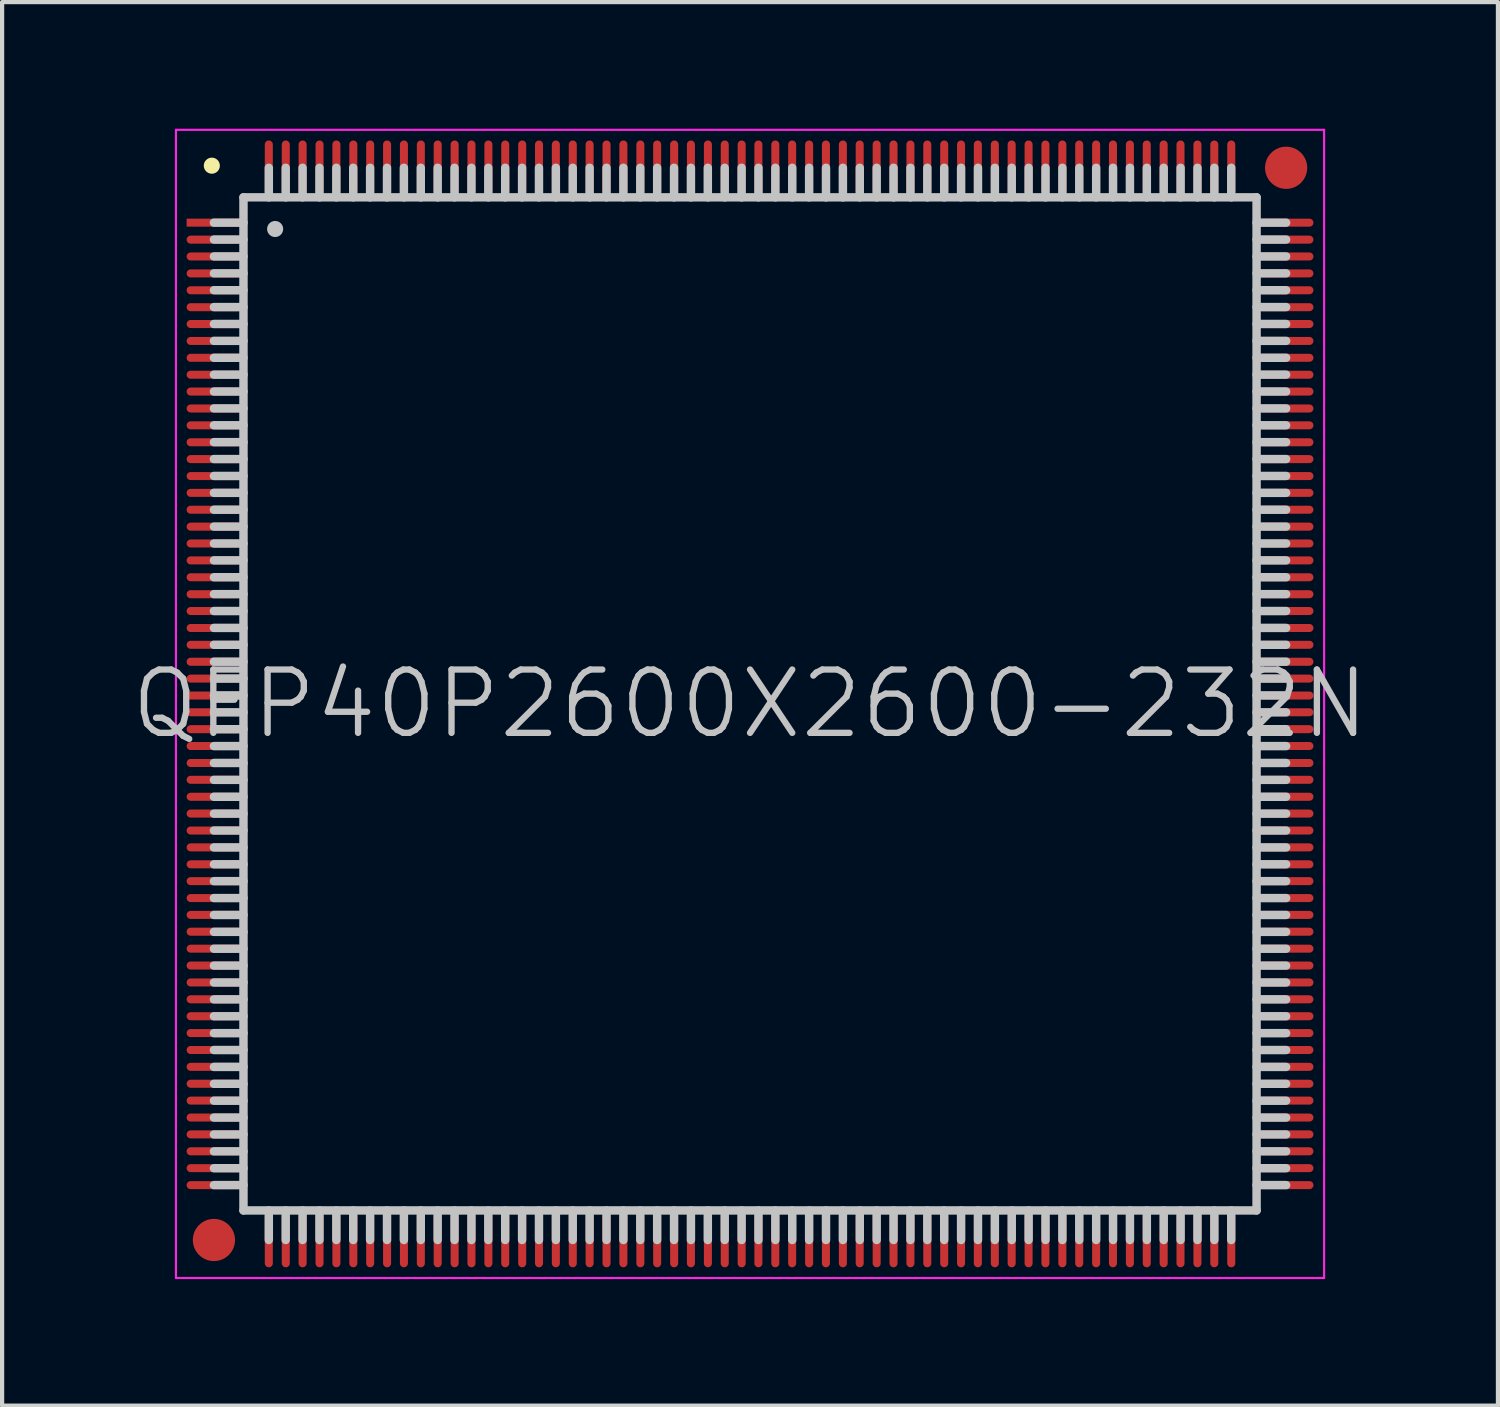
<source format=kicad_pcb>
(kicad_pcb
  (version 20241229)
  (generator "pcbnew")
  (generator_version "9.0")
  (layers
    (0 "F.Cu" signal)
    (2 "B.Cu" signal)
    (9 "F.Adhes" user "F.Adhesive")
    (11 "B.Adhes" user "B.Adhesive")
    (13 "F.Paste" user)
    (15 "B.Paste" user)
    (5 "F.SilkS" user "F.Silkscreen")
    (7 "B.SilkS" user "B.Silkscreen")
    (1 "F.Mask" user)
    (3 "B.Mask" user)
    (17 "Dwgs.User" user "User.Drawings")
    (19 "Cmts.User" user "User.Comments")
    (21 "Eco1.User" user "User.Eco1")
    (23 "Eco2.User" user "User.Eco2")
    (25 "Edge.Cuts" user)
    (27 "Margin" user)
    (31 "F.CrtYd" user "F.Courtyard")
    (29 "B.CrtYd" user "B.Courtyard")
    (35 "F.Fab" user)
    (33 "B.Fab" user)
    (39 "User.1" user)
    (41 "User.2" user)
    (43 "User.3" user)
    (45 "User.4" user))
  (footprint "QFP40P2600X2600-232N"
    (layer "F.Cu")
    (at 14.718 13.625)
    (property "Reference" "QFP40P2600X2600-232N" (at 0 0 0) (layer "Dwgs.User") (effects (font (size 1.5 1.5) (thickness 0.15))))
    (attr smd)
    (fp_line (start -12.75 -12.75) (end -12.75 -12.75) (stroke (width 0.381) (type solid)) (layer "F.SilkS"))
    (fp_line (start -12 -12) (end -12 12) (stroke (width 0.2) (type solid)) (layer "Dwgs.User"))
    (fp_line (start -12 -12) (end 12 -12) (stroke (width 0.2) (type solid)) (layer "Dwgs.User"))
    (fp_line (start -12 -11.4) (end -12.7 -11.4) (stroke (width 0.2) (type solid)) (layer "Dwgs.User"))
    (fp_line (start -12 -11) (end -12.7 -11) (stroke (width 0.2) (type solid)) (layer "Dwgs.User"))
    (fp_line (start -12 -10.6) (end -12.7 -10.6) (stroke (width 0.2) (type solid)) (layer "Dwgs.User"))
    (fp_line (start -12 -10.2) (end -12.7 -10.2) (stroke (width 0.2) (type solid)) (layer "Dwgs.User"))
    (fp_line (start -12 -9.8) (end -12.7 -9.8) (stroke (width 0.2) (type solid)) (layer "Dwgs.User"))
    (fp_line (start -12 -9.4) (end -12.7 -9.4) (stroke (width 0.2) (type solid)) (layer "Dwgs.User"))
    (fp_line (start -12 -9) (end -12.7 -9) (stroke (width 0.2) (type solid)) (layer "Dwgs.User"))
    (fp_line (start -12 -8.6) (end -12.7 -8.6) (stroke (width 0.2) (type solid)) (layer "Dwgs.User"))
    (fp_line (start -12 -8.2) (end -12.7 -8.2) (stroke (width 0.2) (type solid)) (layer "Dwgs.User"))
    (fp_line (start -12 -7.8) (end -12.7 -7.8) (stroke (width 0.2) (type solid)) (layer "Dwgs.User"))
    (fp_line (start -12 -7.4) (end -12.7 -7.4) (stroke (width 0.2) (type solid)) (layer "Dwgs.User"))
    (fp_line (start -12 -7) (end -12.7 -7) (stroke (width 0.2) (type solid)) (layer "Dwgs.User"))
    (fp_line (start -12 -6.6) (end -12.7 -6.6) (stroke (width 0.2) (type solid)) (layer "Dwgs.User"))
    (fp_line (start -12 -6.2) (end -12.7 -6.2) (stroke (width 0.2) (type solid)) (layer "Dwgs.User"))
    (fp_line (start -12 -5.8) (end -12.7 -5.8) (stroke (width 0.2) (type solid)) (layer "Dwgs.User"))
    (fp_line (start -12 -5.4) (end -12.7 -5.4) (stroke (width 0.2) (type solid)) (layer "Dwgs.User"))
    (fp_line (start -12 -5) (end -12.7 -5) (stroke (width 0.2) (type solid)) (layer "Dwgs.User"))
    (fp_line (start -12 -4.6) (end -12.7 -4.6) (stroke (width 0.2) (type solid)) (layer "Dwgs.User"))
    (fp_line (start -12 -4.2) (end -12.7 -4.2) (stroke (width 0.2) (type solid)) (layer "Dwgs.User"))
    (fp_line (start -12 -3.8) (end -12.7 -3.8) (stroke (width 0.2) (type solid)) (layer "Dwgs.User"))
    (fp_line (start -12 -3.4) (end -12.7 -3.4) (stroke (width 0.2) (type solid)) (layer "Dwgs.User"))
    (fp_line (start -12 -3) (end -12.7 -3) (stroke (width 0.2) (type solid)) (layer "Dwgs.User"))
    (fp_line (start -12 -2.6) (end -12.7 -2.6) (stroke (width 0.2) (type solid)) (layer "Dwgs.User"))
    (fp_line (start -12 -2.2) (end -12.7 -2.2) (stroke (width 0.2) (type solid)) (layer "Dwgs.User"))
    (fp_line (start -12 -1.8) (end -12.7 -1.8) (stroke (width 0.2) (type solid)) (layer "Dwgs.User"))
    (fp_line (start -12 -1.4) (end -12.7 -1.4) (stroke (width 0.2) (type solid)) (layer "Dwgs.User"))
    (fp_line (start -12 -1) (end -12.7 -1) (stroke (width 0.2) (type solid)) (layer "Dwgs.User"))
    (fp_line (start -12 -0.6) (end -12.7 -0.6) (stroke (width 0.2) (type solid)) (layer "Dwgs.User"))
    (fp_line (start -12 -0.2) (end -12.7 -0.2) (stroke (width 0.2) (type solid)) (layer "Dwgs.User"))
    (fp_line (start -12 0.2) (end -12.7 0.2) (stroke (width 0.2) (type solid)) (layer "Dwgs.User"))
    (fp_line (start -12 0.6) (end -12.7 0.6) (stroke (width 0.2) (type solid)) (layer "Dwgs.User"))
    (fp_line (start -12 1) (end -12.7 1) (stroke (width 0.2) (type solid)) (layer "Dwgs.User"))
    (fp_line (start -12 1.4) (end -12.7 1.4) (stroke (width 0.2) (type solid)) (layer "Dwgs.User"))
    (fp_line (start -12 1.8) (end -12.7 1.8) (stroke (width 0.2) (type solid)) (layer "Dwgs.User"))
    (fp_line (start -12 2.2) (end -12.7 2.2) (stroke (width 0.2) (type solid)) (layer "Dwgs.User"))
    (fp_line (start -12 2.6) (end -12.7 2.6) (stroke (width 0.2) (type solid)) (layer "Dwgs.User"))
    (fp_line (start -12 3) (end -12.7 3) (stroke (width 0.2) (type solid)) (layer "Dwgs.User"))
    (fp_line (start -12 3.4) (end -12.7 3.4) (stroke (width 0.2) (type solid)) (layer "Dwgs.User"))
    (fp_line (start -12 3.8) (end -12.7 3.8) (stroke (width 0.2) (type solid)) (layer "Dwgs.User"))
    (fp_line (start -12 4.2) (end -12.7 4.2) (stroke (width 0.2) (type solid)) (layer "Dwgs.User"))
    (fp_line (start -12 4.6) (end -12.7 4.6) (stroke (width 0.2) (type solid)) (layer "Dwgs.User"))
    (fp_line (start -12 5) (end -12.7 5) (stroke (width 0.2) (type solid)) (layer "Dwgs.User"))
    (fp_line (start -12 5.4) (end -12.7 5.4) (stroke (width 0.2) (type solid)) (layer "Dwgs.User"))
    (fp_line (start -12 5.8) (end -12.7 5.8) (stroke (width 0.2) (type solid)) (layer "Dwgs.User"))
    (fp_line (start -12 6.2) (end -12.7 6.2) (stroke (width 0.2) (type solid)) (layer "Dwgs.User"))
    (fp_line (start -12 6.6) (end -12.7 6.6) (stroke (width 0.2) (type solid)) (layer "Dwgs.User"))
    (fp_line (start -12 7) (end -12.7 7) (stroke (width 0.2) (type solid)) (layer "Dwgs.User"))
    (fp_line (start -12 7.4) (end -12.7 7.4) (stroke (width 0.2) (type solid)) (layer "Dwgs.User"))
    (fp_line (start -12 7.8) (end -12.7 7.8) (stroke (width 0.2) (type solid)) (layer "Dwgs.User"))
    (fp_line (start -12 8.2) (end -12.7 8.2) (stroke (width 0.2) (type solid)) (layer "Dwgs.User"))
    (fp_line (start -12 8.6) (end -12.7 8.6) (stroke (width 0.2) (type solid)) (layer "Dwgs.User"))
    (fp_line (start -12 9) (end -12.7 9) (stroke (width 0.2) (type solid)) (layer "Dwgs.User"))
    (fp_line (start -12 9.4) (end -12.7 9.4) (stroke (width 0.2) (type solid)) (layer "Dwgs.User"))
    (fp_line (start -12 9.8) (end -12.7 9.8) (stroke (width 0.2) (type solid)) (layer "Dwgs.User"))
    (fp_line (start -12 10.2) (end -12.7 10.2) (stroke (width 0.2) (type solid)) (layer "Dwgs.User"))
    (fp_line (start -12 10.6) (end -12.7 10.6) (stroke (width 0.2) (type solid)) (layer "Dwgs.User"))
    (fp_line (start -12 11) (end -12.7 11) (stroke (width 0.2) (type solid)) (layer "Dwgs.User"))
    (fp_line (start -12 11.4) (end -12.7 11.4) (stroke (width 0.2) (type solid)) (layer "Dwgs.User"))
    (fp_line (start -12 12) (end 12 12) (stroke (width 0.2) (type solid)) (layer "Dwgs.User"))
    (fp_line (start -11.4 -12) (end -11.4 -12.7) (stroke (width 0.2) (type solid)) (layer "Dwgs.User"))
    (fp_line (start -11.4 12.7) (end -11.4 12) (stroke (width 0.2) (type solid)) (layer "Dwgs.User"))
    (fp_line (start -11.25 -11.25) (end -11.25 -11.25) (stroke (width 0.381) (type solid)) (layer "Dwgs.User"))
    (fp_line (start -11 -12) (end -11 -12.7) (stroke (width 0.2) (type solid)) (layer "Dwgs.User"))
    (fp_line (start -11 12.7) (end -11 12) (stroke (width 0.2) (type solid)) (layer "Dwgs.User"))
    (fp_line (start -10.6 -12) (end -10.6 -12.7) (stroke (width 0.2) (type solid)) (layer "Dwgs.User"))
    (fp_line (start -10.6 12.7) (end -10.6 12) (stroke (width 0.2) (type solid)) (layer "Dwgs.User"))
    (fp_line (start -10.2 -12) (end -10.2 -12.7) (stroke (width 0.2) (type solid)) (layer "Dwgs.User"))
    (fp_line (start -10.2 12.7) (end -10.2 12) (stroke (width 0.2) (type solid)) (layer "Dwgs.User"))
    (fp_line (start -9.8 -12) (end -9.8 -12.7) (stroke (width 0.2) (type solid)) (layer "Dwgs.User"))
    (fp_line (start -9.8 12.7) (end -9.8 12) (stroke (width 0.2) (type solid)) (layer "Dwgs.User"))
    (fp_line (start -9.4 -12) (end -9.4 -12.7) (stroke (width 0.2) (type solid)) (layer "Dwgs.User"))
    (fp_line (start -9.4 12.7) (end -9.4 12) (stroke (width 0.2) (type solid)) (layer "Dwgs.User"))
    (fp_line (start -9 -12) (end -9 -12.7) (stroke (width 0.2) (type solid)) (layer "Dwgs.User"))
    (fp_line (start -9 12.7) (end -9 12) (stroke (width 0.2) (type solid)) (layer "Dwgs.User"))
    (fp_line (start -8.6 -12) (end -8.6 -12.7) (stroke (width 0.2) (type solid)) (layer "Dwgs.User"))
    (fp_line (start -8.6 12.7) (end -8.6 12) (stroke (width 0.2) (type solid)) (layer "Dwgs.User"))
    (fp_line (start -8.2 -12) (end -8.2 -12.7) (stroke (width 0.2) (type solid)) (layer "Dwgs.User"))
    (fp_line (start -8.2 12.7) (end -8.2 12) (stroke (width 0.2) (type solid)) (layer "Dwgs.User"))
    (fp_line (start -7.8 -12) (end -7.8 -12.7) (stroke (width 0.2) (type solid)) (layer "Dwgs.User"))
    (fp_line (start -7.8 12.7) (end -7.8 12) (stroke (width 0.2) (type solid)) (layer "Dwgs.User"))
    (fp_line (start -7.4 -12) (end -7.4 -12.7) (stroke (width 0.2) (type solid)) (layer "Dwgs.User"))
    (fp_line (start -7.4 12.7) (end -7.4 12) (stroke (width 0.2) (type solid)) (layer "Dwgs.User"))
    (fp_line (start -7 -12) (end -7 -12.7) (stroke (width 0.2) (type solid)) (layer "Dwgs.User"))
    (fp_line (start -7 12.7) (end -7 12) (stroke (width 0.2) (type solid)) (layer "Dwgs.User"))
    (fp_line (start -6.6 -12) (end -6.6 -12.7) (stroke (width 0.2) (type solid)) (layer "Dwgs.User"))
    (fp_line (start -6.6 12.7) (end -6.6 12) (stroke (width 0.2) (type solid)) (layer "Dwgs.User"))
    (fp_line (start -6.2 -12) (end -6.2 -12.7) (stroke (width 0.2) (type solid)) (layer "Dwgs.User"))
    (fp_line (start -6.2 12.7) (end -6.2 12) (stroke (width 0.2) (type solid)) (layer "Dwgs.User"))
    (fp_line (start -5.8 -12) (end -5.8 -12.7) (stroke (width 0.2) (type solid)) (layer "Dwgs.User"))
    (fp_line (start -5.8 12.7) (end -5.8 12) (stroke (width 0.2) (type solid)) (layer "Dwgs.User"))
    (fp_line (start -5.4 -12) (end -5.4 -12.7) (stroke (width 0.2) (type solid)) (layer "Dwgs.User"))
    (fp_line (start -5.4 12.7) (end -5.4 12) (stroke (width 0.2) (type solid)) (layer "Dwgs.User"))
    (fp_line (start -5 -12) (end -5 -12.7) (stroke (width 0.2) (type solid)) (layer "Dwgs.User"))
    (fp_line (start -5 12.7) (end -5 12) (stroke (width 0.2) (type solid)) (layer "Dwgs.User"))
    (fp_line (start -4.6 -12) (end -4.6 -12.7) (stroke (width 0.2) (type solid)) (layer "Dwgs.User"))
    (fp_line (start -4.6 12.7) (end -4.6 12) (stroke (width 0.2) (type solid)) (layer "Dwgs.User"))
    (fp_line (start -4.2 -12) (end -4.2 -12.7) (stroke (width 0.2) (type solid)) (layer "Dwgs.User"))
    (fp_line (start -4.2 12.7) (end -4.2 12) (stroke (width 0.2) (type solid)) (layer "Dwgs.User"))
    (fp_line (start -3.8 -12) (end -3.8 -12.7) (stroke (width 0.2) (type solid)) (layer "Dwgs.User"))
    (fp_line (start -3.8 12.7) (end -3.8 12) (stroke (width 0.2) (type solid)) (layer "Dwgs.User"))
    (fp_line (start -3.4 -12) (end -3.4 -12.7) (stroke (width 0.2) (type solid)) (layer "Dwgs.User"))
    (fp_line (start -3.4 12.7) (end -3.4 12) (stroke (width 0.2) (type solid)) (layer "Dwgs.User"))
    (fp_line (start -3 -12) (end -3 -12.7) (stroke (width 0.2) (type solid)) (layer "Dwgs.User"))
    (fp_line (start -3 12.7) (end -3 12) (stroke (width 0.2) (type solid)) (layer "Dwgs.User"))
    (fp_line (start -2.6 -12) (end -2.6 -12.7) (stroke (width 0.2) (type solid)) (layer "Dwgs.User"))
    (fp_line (start -2.6 12.7) (end -2.6 12) (stroke (width 0.2) (type solid)) (layer "Dwgs.User"))
    (fp_line (start -2.2 -12) (end -2.2 -12.7) (stroke (width 0.2) (type solid)) (layer "Dwgs.User"))
    (fp_line (start -2.2 12.7) (end -2.2 12) (stroke (width 0.2) (type solid)) (layer "Dwgs.User"))
    (fp_line (start -1.8 -12) (end -1.8 -12.7) (stroke (width 0.2) (type solid)) (layer "Dwgs.User"))
    (fp_line (start -1.8 12.7) (end -1.8 12) (stroke (width 0.2) (type solid)) (layer "Dwgs.User"))
    (fp_line (start -1.4 -12) (end -1.4 -12.7) (stroke (width 0.2) (type solid)) (layer "Dwgs.User"))
    (fp_line (start -1.4 12.7) (end -1.4 12) (stroke (width 0.2) (type solid)) (layer "Dwgs.User"))
    (fp_line (start -1 -12) (end -1 -12.7) (stroke (width 0.2) (type solid)) (layer "Dwgs.User"))
    (fp_line (start -1 12.7) (end -1 12) (stroke (width 0.2) (type solid)) (layer "Dwgs.User"))
    (fp_line (start -0.6 -12) (end -0.6 -12.7) (stroke (width 0.2) (type solid)) (layer "Dwgs.User"))
    (fp_line (start -0.6 12.7) (end -0.6 12) (stroke (width 0.2) (type solid)) (layer "Dwgs.User"))
    (fp_line (start -0.2 -12) (end -0.2 -12.7) (stroke (width 0.2) (type solid)) (layer "Dwgs.User"))
    (fp_line (start -0.2 12.7) (end -0.2 12) (stroke (width 0.2) (type solid)) (layer "Dwgs.User"))
    (fp_line (start 0.2 -12) (end 0.2 -12.7) (stroke (width 0.2) (type solid)) (layer "Dwgs.User"))
    (fp_line (start 0.2 12.7) (end 0.2 12) (stroke (width 0.2) (type solid)) (layer "Dwgs.User"))
    (fp_line (start 0.6 -12) (end 0.6 -12.7) (stroke (width 0.2) (type solid)) (layer "Dwgs.User"))
    (fp_line (start 0.6 12.7) (end 0.6 12) (stroke (width 0.2) (type solid)) (layer "Dwgs.User"))
    (fp_line (start 1 -12) (end 1 -12.7) (stroke (width 0.2) (type solid)) (layer "Dwgs.User"))
    (fp_line (start 1 12.7) (end 1 12) (stroke (width 0.2) (type solid)) (layer "Dwgs.User"))
    (fp_line (start 1.4 -12) (end 1.4 -12.7) (stroke (width 0.2) (type solid)) (layer "Dwgs.User"))
    (fp_line (start 1.4 12.7) (end 1.4 12) (stroke (width 0.2) (type solid)) (layer "Dwgs.User"))
    (fp_line (start 1.8 -12) (end 1.8 -12.7) (stroke (width 0.2) (type solid)) (layer "Dwgs.User"))
    (fp_line (start 1.8 12.7) (end 1.8 12) (stroke (width 0.2) (type solid)) (layer "Dwgs.User"))
    (fp_line (start 2.2 -12) (end 2.2 -12.7) (stroke (width 0.2) (type solid)) (layer "Dwgs.User"))
    (fp_line (start 2.2 12.7) (end 2.2 12) (stroke (width 0.2) (type solid)) (layer "Dwgs.User"))
    (fp_line (start 2.6 -12) (end 2.6 -12.7) (stroke (width 0.2) (type solid)) (layer "Dwgs.User"))
    (fp_line (start 2.6 12.7) (end 2.6 12) (stroke (width 0.2) (type solid)) (layer "Dwgs.User"))
    (fp_line (start 3 -12) (end 3 -12.7) (stroke (width 0.2) (type solid)) (layer "Dwgs.User"))
    (fp_line (start 3 12.7) (end 3 12) (stroke (width 0.2) (type solid)) (layer "Dwgs.User"))
    (fp_line (start 3.4 -12) (end 3.4 -12.7) (stroke (width 0.2) (type solid)) (layer "Dwgs.User"))
    (fp_line (start 3.4 12.7) (end 3.4 12) (stroke (width 0.2) (type solid)) (layer "Dwgs.User"))
    (fp_line (start 3.8 -12) (end 3.8 -12.7) (stroke (width 0.2) (type solid)) (layer "Dwgs.User"))
    (fp_line (start 3.8 12.7) (end 3.8 12) (stroke (width 0.2) (type solid)) (layer "Dwgs.User"))
    (fp_line (start 4.2 -12) (end 4.2 -12.7) (stroke (width 0.2) (type solid)) (layer "Dwgs.User"))
    (fp_line (start 4.2 12.7) (end 4.2 12) (stroke (width 0.2) (type solid)) (layer "Dwgs.User"))
    (fp_line (start 4.6 -12) (end 4.6 -12.7) (stroke (width 0.2) (type solid)) (layer "Dwgs.User"))
    (fp_line (start 4.6 12.7) (end 4.6 12) (stroke (width 0.2) (type solid)) (layer "Dwgs.User"))
    (fp_line (start 5 -12) (end 5 -12.7) (stroke (width 0.2) (type solid)) (layer "Dwgs.User"))
    (fp_line (start 5 12.7) (end 5 12) (stroke (width 0.2) (type solid)) (layer "Dwgs.User"))
    (fp_line (start 5.4 -12) (end 5.4 -12.7) (stroke (width 0.2) (type solid)) (layer "Dwgs.User"))
    (fp_line (start 5.4 12.7) (end 5.4 12) (stroke (width 0.2) (type solid)) (layer "Dwgs.User"))
    (fp_line (start 5.8 -12) (end 5.8 -12.7) (stroke (width 0.2) (type solid)) (layer "Dwgs.User"))
    (fp_line (start 5.8 12.7) (end 5.8 12) (stroke (width 0.2) (type solid)) (layer "Dwgs.User"))
    (fp_line (start 6.2 -12) (end 6.2 -12.7) (stroke (width 0.2) (type solid)) (layer "Dwgs.User"))
    (fp_line (start 6.2 12.7) (end 6.2 12) (stroke (width 0.2) (type solid)) (layer "Dwgs.User"))
    (fp_line (start 6.6 -12) (end 6.6 -12.7) (stroke (width 0.2) (type solid)) (layer "Dwgs.User"))
    (fp_line (start 6.6 12.7) (end 6.6 12) (stroke (width 0.2) (type solid)) (layer "Dwgs.User"))
    (fp_line (start 7 -12) (end 7 -12.7) (stroke (width 0.2) (type solid)) (layer "Dwgs.User"))
    (fp_line (start 7 12.7) (end 7 12) (stroke (width 0.2) (type solid)) (layer "Dwgs.User"))
    (fp_line (start 7.4 -12) (end 7.4 -12.7) (stroke (width 0.2) (type solid)) (layer "Dwgs.User"))
    (fp_line (start 7.4 12.7) (end 7.4 12) (stroke (width 0.2) (type solid)) (layer "Dwgs.User"))
    (fp_line (start 7.8 -12) (end 7.8 -12.7) (stroke (width 0.2) (type solid)) (layer "Dwgs.User"))
    (fp_line (start 7.8 12.7) (end 7.8 12) (stroke (width 0.2) (type solid)) (layer "Dwgs.User"))
    (fp_line (start 8.2 -12) (end 8.2 -12.7) (stroke (width 0.2) (type solid)) (layer "Dwgs.User"))
    (fp_line (start 8.2 12.7) (end 8.2 12) (stroke (width 0.2) (type solid)) (layer "Dwgs.User"))
    (fp_line (start 8.6 -12) (end 8.6 -12.7) (stroke (width 0.2) (type solid)) (layer "Dwgs.User"))
    (fp_line (start 8.6 12.7) (end 8.6 12) (stroke (width 0.2) (type solid)) (layer "Dwgs.User"))
    (fp_line (start 9 -12) (end 9 -12.7) (stroke (width 0.2) (type solid)) (layer "Dwgs.User"))
    (fp_line (start 9 12.7) (end 9 12) (stroke (width 0.2) (type solid)) (layer "Dwgs.User"))
    (fp_line (start 9.4 -12) (end 9.4 -12.7) (stroke (width 0.2) (type solid)) (layer "Dwgs.User"))
    (fp_line (start 9.4 12.7) (end 9.4 12) (stroke (width 0.2) (type solid)) (layer "Dwgs.User"))
    (fp_line (start 9.8 -12) (end 9.8 -12.7) (stroke (width 0.2) (type solid)) (layer "Dwgs.User"))
    (fp_line (start 9.8 12.7) (end 9.8 12) (stroke (width 0.2) (type solid)) (layer "Dwgs.User"))
    (fp_line (start 10.2 -12) (end 10.2 -12.7) (stroke (width 0.2) (type solid)) (layer "Dwgs.User"))
    (fp_line (start 10.2 12.7) (end 10.2 12) (stroke (width 0.2) (type solid)) (layer "Dwgs.User"))
    (fp_line (start 10.6 -12) (end 10.6 -12.7) (stroke (width 0.2) (type solid)) (layer "Dwgs.User"))
    (fp_line (start 10.6 12.7) (end 10.6 12) (stroke (width 0.2) (type solid)) (layer "Dwgs.User"))
    (fp_line (start 11 -12) (end 11 -12.7) (stroke (width 0.2) (type solid)) (layer "Dwgs.User"))
    (fp_line (start 11 12.7) (end 11 12) (stroke (width 0.2) (type solid)) (layer "Dwgs.User"))
    (fp_line (start 11.4 -12) (end 11.4 -12.7) (stroke (width 0.2) (type solid)) (layer "Dwgs.User"))
    (fp_line (start 11.4 12.7) (end 11.4 12) (stroke (width 0.2) (type solid)) (layer "Dwgs.User"))
    (fp_line (start 12 -12) (end 12 12) (stroke (width 0.2) (type solid)) (layer "Dwgs.User"))
    (fp_line (start 12.7 -11.4) (end 12 -11.4) (stroke (width 0.2) (type solid)) (layer "Dwgs.User"))
    (fp_line (start 12.7 -11) (end 12 -11) (stroke (width 0.2) (type solid)) (layer "Dwgs.User"))
    (fp_line (start 12.7 -10.6) (end 12 -10.6) (stroke (width 0.2) (type solid)) (layer "Dwgs.User"))
    (fp_line (start 12.7 -10.2) (end 12 -10.2) (stroke (width 0.2) (type solid)) (layer "Dwgs.User"))
    (fp_line (start 12.7 -9.8) (end 12 -9.8) (stroke (width 0.2) (type solid)) (layer "Dwgs.User"))
    (fp_line (start 12.7 -9.4) (end 12 -9.4) (stroke (width 0.2) (type solid)) (layer "Dwgs.User"))
    (fp_line (start 12.7 -9) (end 12 -9) (stroke (width 0.2) (type solid)) (layer "Dwgs.User"))
    (fp_line (start 12.7 -8.6) (end 12 -8.6) (stroke (width 0.2) (type solid)) (layer "Dwgs.User"))
    (fp_line (start 12.7 -8.2) (end 12 -8.2) (stroke (width 0.2) (type solid)) (layer "Dwgs.User"))
    (fp_line (start 12.7 -7.8) (end 12 -7.8) (stroke (width 0.2) (type solid)) (layer "Dwgs.User"))
    (fp_line (start 12.7 -7.4) (end 12 -7.4) (stroke (width 0.2) (type solid)) (layer "Dwgs.User"))
    (fp_line (start 12.7 -7) (end 12 -7) (stroke (width 0.2) (type solid)) (layer "Dwgs.User"))
    (fp_line (start 12.7 -6.6) (end 12 -6.6) (stroke (width 0.2) (type solid)) (layer "Dwgs.User"))
    (fp_line (start 12.7 -6.2) (end 12 -6.2) (stroke (width 0.2) (type solid)) (layer "Dwgs.User"))
    (fp_line (start 12.7 -5.8) (end 12 -5.8) (stroke (width 0.2) (type solid)) (layer "Dwgs.User"))
    (fp_line (start 12.7 -5.4) (end 12 -5.4) (stroke (width 0.2) (type solid)) (layer "Dwgs.User"))
    (fp_line (start 12.7 -5) (end 12 -5) (stroke (width 0.2) (type solid)) (layer "Dwgs.User"))
    (fp_line (start 12.7 -4.6) (end 12 -4.6) (stroke (width 0.2) (type solid)) (layer "Dwgs.User"))
    (fp_line (start 12.7 -4.2) (end 12 -4.2) (stroke (width 0.2) (type solid)) (layer "Dwgs.User"))
    (fp_line (start 12.7 -3.8) (end 12 -3.8) (stroke (width 0.2) (type solid)) (layer "Dwgs.User"))
    (fp_line (start 12.7 -3.4) (end 12 -3.4) (stroke (width 0.2) (type solid)) (layer "Dwgs.User"))
    (fp_line (start 12.7 -3) (end 12 -3) (stroke (width 0.2) (type solid)) (layer "Dwgs.User"))
    (fp_line (start 12.7 -2.6) (end 12 -2.6) (stroke (width 0.2) (type solid)) (layer "Dwgs.User"))
    (fp_line (start 12.7 -2.2) (end 12 -2.2) (stroke (width 0.2) (type solid)) (layer "Dwgs.User"))
    (fp_line (start 12.7 -1.8) (end 12 -1.8) (stroke (width 0.2) (type solid)) (layer "Dwgs.User"))
    (fp_line (start 12.7 -1.4) (end 12 -1.4) (stroke (width 0.2) (type solid)) (layer "Dwgs.User"))
    (fp_line (start 12.7 -1) (end 12 -1) (stroke (width 0.2) (type solid)) (layer "Dwgs.User"))
    (fp_line (start 12.7 -0.6) (end 12 -0.6) (stroke (width 0.2) (type solid)) (layer "Dwgs.User"))
    (fp_line (start 12.7 -0.2) (end 12 -0.2) (stroke (width 0.2) (type solid)) (layer "Dwgs.User"))
    (fp_line (start 12.7 0.2) (end 12 0.2) (stroke (width 0.2) (type solid)) (layer "Dwgs.User"))
    (fp_line (start 12.7 0.6) (end 12 0.6) (stroke (width 0.2) (type solid)) (layer "Dwgs.User"))
    (fp_line (start 12.7 1) (end 12 1) (stroke (width 0.2) (type solid)) (layer "Dwgs.User"))
    (fp_line (start 12.7 1.4) (end 12 1.4) (stroke (width 0.2) (type solid)) (layer "Dwgs.User"))
    (fp_line (start 12.7 1.8) (end 12 1.8) (stroke (width 0.2) (type solid)) (layer "Dwgs.User"))
    (fp_line (start 12.7 2.2) (end 12 2.2) (stroke (width 0.2) (type solid)) (layer "Dwgs.User"))
    (fp_line (start 12.7 2.6) (end 12 2.6) (stroke (width 0.2) (type solid)) (layer "Dwgs.User"))
    (fp_line (start 12.7 3) (end 12 3) (stroke (width 0.2) (type solid)) (layer "Dwgs.User"))
    (fp_line (start 12.7 3.4) (end 12 3.4) (stroke (width 0.2) (type solid)) (layer "Dwgs.User"))
    (fp_line (start 12.7 3.8) (end 12 3.8) (stroke (width 0.2) (type solid)) (layer "Dwgs.User"))
    (fp_line (start 12.7 4.2) (end 12 4.2) (stroke (width 0.2) (type solid)) (layer "Dwgs.User"))
    (fp_line (start 12.7 4.6) (end 12 4.6) (stroke (width 0.2) (type solid)) (layer "Dwgs.User"))
    (fp_line (start 12.7 5) (end 12 5) (stroke (width 0.2) (type solid)) (layer "Dwgs.User"))
    (fp_line (start 12.7 5.4) (end 12 5.4) (stroke (width 0.2) (type solid)) (layer "Dwgs.User"))
    (fp_line (start 12.7 5.8) (end 12 5.8) (stroke (width 0.2) (type solid)) (layer "Dwgs.User"))
    (fp_line (start 12.7 6.2) (end 12 6.2) (stroke (width 0.2) (type solid)) (layer "Dwgs.User"))
    (fp_line (start 12.7 6.6) (end 12 6.6) (stroke (width 0.2) (type solid)) (layer "Dwgs.User"))
    (fp_line (start 12.7 7) (end 12 7) (stroke (width 0.2) (type solid)) (layer "Dwgs.User"))
    (fp_line (start 12.7 7.4) (end 12 7.4) (stroke (width 0.2) (type solid)) (layer "Dwgs.User"))
    (fp_line (start 12.7 7.8) (end 12 7.8) (stroke (width 0.2) (type solid)) (layer "Dwgs.User"))
    (fp_line (start 12.7 8.2) (end 12 8.2) (stroke (width 0.2) (type solid)) (layer "Dwgs.User"))
    (fp_line (start 12.7 8.6) (end 12 8.6) (stroke (width 0.2) (type solid)) (layer "Dwgs.User"))
    (fp_line (start 12.7 9) (end 12 9) (stroke (width 0.2) (type solid)) (layer "Dwgs.User"))
    (fp_line (start 12.7 9.4) (end 12 9.4) (stroke (width 0.2) (type solid)) (layer "Dwgs.User"))
    (fp_line (start 12.7 9.8) (end 12 9.8) (stroke (width 0.2) (type solid)) (layer "Dwgs.User"))
    (fp_line (start 12.7 10.2) (end 12 10.2) (stroke (width 0.2) (type solid)) (layer "Dwgs.User"))
    (fp_line (start 12.7 10.6) (end 12 10.6) (stroke (width 0.2) (type solid)) (layer "Dwgs.User"))
    (fp_line (start 12.7 11) (end 12 11) (stroke (width 0.2) (type solid)) (layer "Dwgs.User"))
    (fp_line (start 12.7 11.4) (end 12 11.4) (stroke (width 0.2) (type solid)) (layer "Dwgs.User"))
    (fp_line (start -13.6 -13.6) (end -13.6 13.6) (stroke (width 0.05) (type solid)) (layer "F.CrtYd"))
    (fp_line (start -13.6 -13.6) (end 13.6 -13.6) (stroke (width 0.05) (type solid)) (layer "F.CrtYd"))
    (fp_line (start -13.6 13.6) (end 13.6 13.6) (stroke (width 0.05) (type solid)) (layer "F.CrtYd"))
    (fp_line (start 13.6 -13.6) (end 13.6 13.6) (stroke (width 0.05) (type solid)) (layer "F.CrtYd"))
    (pad "" smd circle (at -12.7 12.7) (size 1 1) (layers "F.Cu" "F.Mask"))
    (pad "" smd circle (at 12.7 -12.7) (size 1 1) (layers "F.Cu" "F.Mask"))
    (pad "1" smd rect (at -12.697 -11.4 90) (size 0.19 1.3) (layers "F.Cu" "F.Mask" "F.Paste"))
    (pad "2" smd oval (at -12.697 -10.998 90) (size 0.19 1.3) (layers "F.Cu" "F.Mask" "F.Paste"))
    (pad "3" smd oval (at -12.697 -10.599 90) (size 0.19 1.3) (layers "F.Cu" "F.Mask" "F.Paste"))
    (pad "4" smd oval (at -12.697 -10.198 90) (size 0.19 1.3) (layers "F.Cu" "F.Mask" "F.Paste"))
    (pad "5" smd oval (at -12.697 -9.799 90) (size 0.19 1.3) (layers "F.Cu" "F.Mask" "F.Paste"))
    (pad "6" smd oval (at -12.697 -9.398 90) (size 0.19 1.3) (layers "F.Cu" "F.Mask" "F.Paste"))
    (pad "7" smd oval (at -12.697 -8.999 90) (size 0.19 1.3) (layers "F.Cu" "F.Mask" "F.Paste"))
    (pad "8" smd oval (at -12.697 -8.598 90) (size 0.19 1.3) (layers "F.Cu" "F.Mask" "F.Paste"))
    (pad "9" smd oval (at -12.697 -8.199 90) (size 0.19 1.3) (layers "F.Cu" "F.Mask" "F.Paste"))
    (pad "10" smd oval (at -12.697 -7.798 90) (size 0.19 1.3) (layers "F.Cu" "F.Mask" "F.Paste"))
    (pad "11" smd oval (at -12.697 -7.399 90) (size 0.19 1.3) (layers "F.Cu" "F.Mask" "F.Paste"))
    (pad "12" smd oval (at -12.697 -6.998 90) (size 0.19 1.3) (layers "F.Cu" "F.Mask" "F.Paste"))
    (pad "13" smd oval (at -12.697 -6.599 90) (size 0.19 1.3) (layers "F.Cu" "F.Mask" "F.Paste"))
    (pad "14" smd oval (at -12.697 -6.198 90) (size 0.19 1.3) (layers "F.Cu" "F.Mask" "F.Paste"))
    (pad "15" smd oval (at -12.697 -5.799 90) (size 0.19 1.3) (layers "F.Cu" "F.Mask" "F.Paste"))
    (pad "16" smd oval (at -12.697 -5.397 90) (size 0.19 1.3) (layers "F.Cu" "F.Mask" "F.Paste"))
    (pad "17" smd oval (at -12.697 -4.999 90) (size 0.19 1.3) (layers "F.Cu" "F.Mask" "F.Paste"))
    (pad "18" smd oval (at -12.697 -4.6 90) (size 0.19 1.3) (layers "F.Cu" "F.Mask" "F.Paste"))
    (pad "19" smd oval (at -12.697 -4.199 90) (size 0.19 1.3) (layers "F.Cu" "F.Mask" "F.Paste"))
    (pad "20" smd oval (at -12.697 -3.8 90) (size 0.19 1.3) (layers "F.Cu" "F.Mask" "F.Paste"))
    (pad "21" smd oval (at -12.697 -3.399 90) (size 0.19 1.3) (layers "F.Cu" "F.Mask" "F.Paste"))
    (pad "22" smd oval (at -12.697 -3 90) (size 0.19 1.3) (layers "F.Cu" "F.Mask" "F.Paste"))
    (pad "23" smd oval (at -12.697 -2.598 90) (size 0.19 1.3) (layers "F.Cu" "F.Mask" "F.Paste"))
    (pad "24" smd oval (at -12.697 -2.2 90) (size 0.19 1.3) (layers "F.Cu" "F.Mask" "F.Paste"))
    (pad "25" smd oval (at -12.697 -1.798 90) (size 0.19 1.3) (layers "F.Cu" "F.Mask" "F.Paste"))
    (pad "26" smd oval (at -12.697 -1.4 90) (size 0.19 1.3) (layers "F.Cu" "F.Mask" "F.Paste"))
    (pad "27" smd oval (at -12.697 -0.998 90) (size 0.19 1.3) (layers "F.Cu" "F.Mask" "F.Paste"))
    (pad "28" smd oval (at -12.697 -0.599 90) (size 0.19 1.3) (layers "F.Cu" "F.Mask" "F.Paste"))
    (pad "29" smd oval (at -12.697 -0.198 90) (size 0.19 1.3) (layers "F.Cu" "F.Mask" "F.Paste"))
    (pad "30" smd oval (at -12.697 0.198 90) (size 0.19 1.3) (layers "F.Cu" "F.Mask" "F.Paste"))
    (pad "31" smd oval (at -12.697 0.599 90) (size 0.19 1.3) (layers "F.Cu" "F.Mask" "F.Paste"))
    (pad "32" smd oval (at -12.697 0.998 90) (size 0.19 1.3) (layers "F.Cu" "F.Mask" "F.Paste"))
    (pad "33" smd oval (at -12.697 1.4 90) (size 0.19 1.3) (layers "F.Cu" "F.Mask" "F.Paste"))
    (pad "34" smd oval (at -12.697 1.798 90) (size 0.19 1.3) (layers "F.Cu" "F.Mask" "F.Paste"))
    (pad "35" smd oval (at -12.697 2.2 90) (size 0.19 1.3) (layers "F.Cu" "F.Mask" "F.Paste"))
    (pad "36" smd oval (at -12.697 2.598 90) (size 0.19 1.3) (layers "F.Cu" "F.Mask" "F.Paste"))
    (pad "37" smd oval (at -12.697 3 90) (size 0.19 1.3) (layers "F.Cu" "F.Mask" "F.Paste"))
    (pad "38" smd oval (at -12.697 3.399 90) (size 0.19 1.3) (layers "F.Cu" "F.Mask" "F.Paste"))
    (pad "39" smd oval (at -12.697 3.8 90) (size 0.19 1.3) (layers "F.Cu" "F.Mask" "F.Paste"))
    (pad "40" smd oval (at -12.697 4.199 90) (size 0.19 1.3) (layers "F.Cu" "F.Mask" "F.Paste"))
    (pad "41" smd oval (at -12.697 4.6 90) (size 0.19 1.3) (layers "F.Cu" "F.Mask" "F.Paste"))
    (pad "42" smd oval (at -12.697 4.999 90) (size 0.19 1.3) (layers "F.Cu" "F.Mask" "F.Paste"))
    (pad "43" smd oval (at -12.697 5.397 90) (size 0.19 1.3) (layers "F.Cu" "F.Mask" "F.Paste"))
    (pad "44" smd oval (at -12.697 5.799 90) (size 0.19 1.3) (layers "F.Cu" "F.Mask" "F.Paste"))
    (pad "45" smd oval (at -12.697 6.198 90) (size 0.19 1.3) (layers "F.Cu" "F.Mask" "F.Paste"))
    (pad "46" smd oval (at -12.697 6.599 90) (size 0.19 1.3) (layers "F.Cu" "F.Mask" "F.Paste"))
    (pad "47" smd oval (at -12.697 6.998 90) (size 0.19 1.3) (layers "F.Cu" "F.Mask" "F.Paste"))
    (pad "48" smd oval (at -12.697 7.399 90) (size 0.19 1.3) (layers "F.Cu" "F.Mask" "F.Paste"))
    (pad "49" smd oval (at -12.697 7.798 90) (size 0.19 1.3) (layers "F.Cu" "F.Mask" "F.Paste"))
    (pad "50" smd oval (at -12.697 8.199 90) (size 0.19 1.3) (layers "F.Cu" "F.Mask" "F.Paste"))
    (pad "51" smd oval (at -12.697 8.598 90) (size 0.19 1.3) (layers "F.Cu" "F.Mask" "F.Paste"))
    (pad "52" smd oval (at -12.697 8.999 90) (size 0.19 1.3) (layers "F.Cu" "F.Mask" "F.Paste"))
    (pad "53" smd oval (at -12.697 9.398 90) (size 0.19 1.3) (layers "F.Cu" "F.Mask" "F.Paste"))
    (pad "54" smd oval (at -12.697 9.799 90) (size 0.19 1.3) (layers "F.Cu" "F.Mask" "F.Paste"))
    (pad "55" smd oval (at -12.697 10.198 90) (size 0.19 1.3) (layers "F.Cu" "F.Mask" "F.Paste"))
    (pad "56" smd oval (at -12.697 10.599 90) (size 0.19 1.3) (layers "F.Cu" "F.Mask" "F.Paste"))
    (pad "57" smd oval (at -12.697 10.998 90) (size 0.19 1.3) (layers "F.Cu" "F.Mask" "F.Paste"))
    (pad "58" smd oval (at -12.697 11.4 90) (size 0.19 1.3) (layers "F.Cu" "F.Mask" "F.Paste"))
    (pad "59" smd oval (at -11.4 12.697 180) (size 0.19 1.3) (layers "F.Cu" "F.Mask" "F.Paste"))
    (pad "60" smd oval (at -10.998 12.697 180) (size 0.19 1.3) (layers "F.Cu" "F.Mask" "F.Paste"))
    (pad "61" smd oval (at -10.599 12.697 180) (size 0.19 1.3) (layers "F.Cu" "F.Mask" "F.Paste"))
    (pad "62" smd oval (at -10.198 12.697 180) (size 0.19 1.3) (layers "F.Cu" "F.Mask" "F.Paste"))
    (pad "63" smd oval (at -9.799 12.697 180) (size 0.19 1.3) (layers "F.Cu" "F.Mask" "F.Paste"))
    (pad "64" smd oval (at -9.398 12.697 180) (size 0.19 1.3) (layers "F.Cu" "F.Mask" "F.Paste"))
    (pad "65" smd oval (at -8.999 12.697 180) (size 0.19 1.3) (layers "F.Cu" "F.Mask" "F.Paste"))
    (pad "66" smd oval (at -8.598 12.697 180) (size 0.19 1.3) (layers "F.Cu" "F.Mask" "F.Paste"))
    (pad "67" smd oval (at -8.199 12.697 180) (size 0.19 1.3) (layers "F.Cu" "F.Mask" "F.Paste"))
    (pad "68" smd oval (at -7.798 12.697 180) (size 0.19 1.3) (layers "F.Cu" "F.Mask" "F.Paste"))
    (pad "69" smd oval (at -7.399 12.697 180) (size 0.19 1.3) (layers "F.Cu" "F.Mask" "F.Paste"))
    (pad "70" smd oval (at -6.998 12.697 180) (size 0.19 1.3) (layers "F.Cu" "F.Mask" "F.Paste"))
    (pad "71" smd oval (at -6.599 12.697 180) (size 0.19 1.3) (layers "F.Cu" "F.Mask" "F.Paste"))
    (pad "72" smd oval (at -6.198 12.697 180) (size 0.19 1.3) (layers "F.Cu" "F.Mask" "F.Paste"))
    (pad "73" smd oval (at -5.799 12.697 180) (size 0.19 1.3) (layers "F.Cu" "F.Mask" "F.Paste"))
    (pad "74" smd oval (at -5.397 12.697 180) (size 0.19 1.3) (layers "F.Cu" "F.Mask" "F.Paste"))
    (pad "75" smd oval (at -4.999 12.697 180) (size 0.19 1.3) (layers "F.Cu" "F.Mask" "F.Paste"))
    (pad "76" smd oval (at -4.6 12.697 180) (size 0.19 1.3) (layers "F.Cu" "F.Mask" "F.Paste"))
    (pad "77" smd oval (at -4.199 12.697 180) (size 0.19 1.3) (layers "F.Cu" "F.Mask" "F.Paste"))
    (pad "78" smd oval (at -3.8 12.697 180) (size 0.19 1.3) (layers "F.Cu" "F.Mask" "F.Paste"))
    (pad "79" smd oval (at -3.399 12.697 180) (size 0.19 1.3) (layers "F.Cu" "F.Mask" "F.Paste"))
    (pad "80" smd oval (at -3 12.697 180) (size 0.19 1.3) (layers "F.Cu" "F.Mask" "F.Paste"))
    (pad "81" smd oval (at -2.598 12.697 180) (size 0.19 1.3) (layers "F.Cu" "F.Mask" "F.Paste"))
    (pad "82" smd oval (at -2.2 12.697 180) (size 0.19 1.3) (layers "F.Cu" "F.Mask" "F.Paste"))
    (pad "83" smd oval (at -1.798 12.697 180) (size 0.19 1.3) (layers "F.Cu" "F.Mask" "F.Paste"))
    (pad "84" smd oval (at -1.4 12.697 180) (size 0.19 1.3) (layers "F.Cu" "F.Mask" "F.Paste"))
    (pad "85" smd oval (at -0.998 12.697 180) (size 0.19 1.3) (layers "F.Cu" "F.Mask" "F.Paste"))
    (pad "86" smd oval (at -0.599 12.697 180) (size 0.19 1.3) (layers "F.Cu" "F.Mask" "F.Paste"))
    (pad "87" smd oval (at -0.198 12.697 180) (size 0.19 1.3) (layers "F.Cu" "F.Mask" "F.Paste"))
    (pad "88" smd oval (at 0.198 12.697 180) (size 0.19 1.3) (layers "F.Cu" "F.Mask" "F.Paste"))
    (pad "89" smd oval (at 0.599 12.697 180) (size 0.19 1.3) (layers "F.Cu" "F.Mask" "F.Paste"))
    (pad "90" smd oval (at 0.998 12.697 180) (size 0.19 1.3) (layers "F.Cu" "F.Mask" "F.Paste"))
    (pad "91" smd oval (at 1.4 12.697 180) (size 0.19 1.3) (layers "F.Cu" "F.Mask" "F.Paste"))
    (pad "92" smd oval (at 1.798 12.697 180) (size 0.19 1.3) (layers "F.Cu" "F.Mask" "F.Paste"))
    (pad "93" smd oval (at 2.2 12.697 180) (size 0.19 1.3) (layers "F.Cu" "F.Mask" "F.Paste"))
    (pad "94" smd oval (at 2.598 12.697 180) (size 0.19 1.3) (layers "F.Cu" "F.Mask" "F.Paste"))
    (pad "95" smd oval (at 3 12.697 180) (size 0.19 1.3) (layers "F.Cu" "F.Mask" "F.Paste"))
    (pad "96" smd oval (at 3.399 12.697 180) (size 0.19 1.3) (layers "F.Cu" "F.Mask" "F.Paste"))
    (pad "97" smd oval (at 3.8 12.697 180) (size 0.19 1.3) (layers "F.Cu" "F.Mask" "F.Paste"))
    (pad "98" smd oval (at 4.199 12.697 180) (size 0.19 1.3) (layers "F.Cu" "F.Mask" "F.Paste"))
    (pad "99" smd oval (at 4.6 12.697 180) (size 0.19 1.3) (layers "F.Cu" "F.Mask" "F.Paste"))
    (pad "100" smd oval (at 4.999 12.697 180) (size 0.19 1.3) (layers "F.Cu" "F.Mask" "F.Paste"))
    (pad "101" smd oval (at 5.397 12.697 180) (size 0.19 1.3) (layers "F.Cu" "F.Mask" "F.Paste"))
    (pad "102" smd oval (at 5.799 12.697 180) (size 0.19 1.3) (layers "F.Cu" "F.Mask" "F.Paste"))
    (pad "103" smd oval (at 6.198 12.697 180) (size 0.19 1.3) (layers "F.Cu" "F.Mask" "F.Paste"))
    (pad "104" smd oval (at 6.599 12.697 180) (size 0.19 1.3) (layers "F.Cu" "F.Mask" "F.Paste"))
    (pad "105" smd oval (at 6.998 12.697 180) (size 0.19 1.3) (layers "F.Cu" "F.Mask" "F.Paste"))
    (pad "106" smd oval (at 7.399 12.697 180) (size 0.19 1.3) (layers "F.Cu" "F.Mask" "F.Paste"))
    (pad "107" smd oval (at 7.798 12.697 180) (size 0.19 1.3) (layers "F.Cu" "F.Mask" "F.Paste"))
    (pad "108" smd oval (at 8.199 12.697 180) (size 0.19 1.3) (layers "F.Cu" "F.Mask" "F.Paste"))
    (pad "109" smd oval (at 8.598 12.697 180) (size 0.19 1.3) (layers "F.Cu" "F.Mask" "F.Paste"))
    (pad "110" smd oval (at 8.999 12.697 180) (size 0.19 1.3) (layers "F.Cu" "F.Mask" "F.Paste"))
    (pad "111" smd oval (at 9.398 12.697 180) (size 0.19 1.3) (layers "F.Cu" "F.Mask" "F.Paste"))
    (pad "112" smd oval (at 9.799 12.697 180) (size 0.19 1.3) (layers "F.Cu" "F.Mask" "F.Paste"))
    (pad "113" smd oval (at 10.198 12.697 180) (size 0.19 1.3) (layers "F.Cu" "F.Mask" "F.Paste"))
    (pad "114" smd oval (at 10.599 12.697 180) (size 0.19 1.3) (layers "F.Cu" "F.Mask" "F.Paste"))
    (pad "115" smd oval (at 10.998 12.697 180) (size 0.19 1.3) (layers "F.Cu" "F.Mask" "F.Paste"))
    (pad "116" smd oval (at 11.4 12.697 180) (size 0.19 1.3) (layers "F.Cu" "F.Mask" "F.Paste"))
    (pad "117" smd oval (at 12.697 11.4 270) (size 0.19 1.3) (layers "F.Cu" "F.Mask" "F.Paste"))
    (pad "118" smd oval (at 12.697 10.998 270) (size 0.19 1.3) (layers "F.Cu" "F.Mask" "F.Paste"))
    (pad "119" smd oval (at 12.697 10.599 270) (size 0.19 1.3) (layers "F.Cu" "F.Mask" "F.Paste"))
    (pad "120" smd oval (at 12.697 10.198 270) (size 0.19 1.3) (layers "F.Cu" "F.Mask" "F.Paste"))
    (pad "121" smd oval (at 12.697 9.799 270) (size 0.19 1.3) (layers "F.Cu" "F.Mask" "F.Paste"))
    (pad "122" smd oval (at 12.697 9.398 270) (size 0.19 1.3) (layers "F.Cu" "F.Mask" "F.Paste"))
    (pad "123" smd oval (at 12.697 8.999 270) (size 0.19 1.3) (layers "F.Cu" "F.Mask" "F.Paste"))
    (pad "124" smd oval (at 12.697 8.598 270) (size 0.19 1.3) (layers "F.Cu" "F.Mask" "F.Paste"))
    (pad "125" smd oval (at 12.697 8.199 270) (size 0.19 1.3) (layers "F.Cu" "F.Mask" "F.Paste"))
    (pad "126" smd oval (at 12.697 7.798 270) (size 0.19 1.3) (layers "F.Cu" "F.Mask" "F.Paste"))
    (pad "127" smd oval (at 12.697 7.399 270) (size 0.19 1.3) (layers "F.Cu" "F.Mask" "F.Paste"))
    (pad "128" smd oval (at 12.697 6.998 270) (size 0.19 1.3) (layers "F.Cu" "F.Mask" "F.Paste"))
    (pad "129" smd oval (at 12.697 6.599 270) (size 0.19 1.3) (layers "F.Cu" "F.Mask" "F.Paste"))
    (pad "130" smd oval (at 12.697 6.198 270) (size 0.19 1.3) (layers "F.Cu" "F.Mask" "F.Paste"))
    (pad "131" smd oval (at 12.697 5.799 270) (size 0.19 1.3) (layers "F.Cu" "F.Mask" "F.Paste"))
    (pad "132" smd oval (at 12.697 5.397 270) (size 0.19 1.3) (layers "F.Cu" "F.Mask" "F.Paste"))
    (pad "133" smd oval (at 12.697 4.999 270) (size 0.19 1.3) (layers "F.Cu" "F.Mask" "F.Paste"))
    (pad "134" smd oval (at 12.697 4.6 270) (size 0.19 1.3) (layers "F.Cu" "F.Mask" "F.Paste"))
    (pad "135" smd oval (at 12.697 4.199 270) (size 0.19 1.3) (layers "F.Cu" "F.Mask" "F.Paste"))
    (pad "136" smd oval (at 12.697 3.8 270) (size 0.19 1.3) (layers "F.Cu" "F.Mask" "F.Paste"))
    (pad "137" smd oval (at 12.697 3.399 270) (size 0.19 1.3) (layers "F.Cu" "F.Mask" "F.Paste"))
    (pad "138" smd oval (at 12.697 3 270) (size 0.19 1.3) (layers "F.Cu" "F.Mask" "F.Paste"))
    (pad "139" smd oval (at 12.697 2.598 270) (size 0.19 1.3) (layers "F.Cu" "F.Mask" "F.Paste"))
    (pad "140" smd oval (at 12.697 2.2 270) (size 0.19 1.3) (layers "F.Cu" "F.Mask" "F.Paste"))
    (pad "141" smd oval (at 12.697 1.798 270) (size 0.19 1.3) (layers "F.Cu" "F.Mask" "F.Paste"))
    (pad "142" smd oval (at 12.697 1.4 270) (size 0.19 1.3) (layers "F.Cu" "F.Mask" "F.Paste"))
    (pad "143" smd oval (at 12.697 0.998 270) (size 0.19 1.3) (layers "F.Cu" "F.Mask" "F.Paste"))
    (pad "144" smd oval (at 12.697 0.599 270) (size 0.19 1.3) (layers "F.Cu" "F.Mask" "F.Paste"))
    (pad "145" smd oval (at 12.697 0.198 270) (size 0.19 1.3) (layers "F.Cu" "F.Mask" "F.Paste"))
    (pad "146" smd oval (at 12.697 -0.198 270) (size 0.19 1.3) (layers "F.Cu" "F.Mask" "F.Paste"))
    (pad "147" smd oval (at 12.697 -0.599 270) (size 0.19 1.3) (layers "F.Cu" "F.Mask" "F.Paste"))
    (pad "148" smd oval (at 12.697 -0.998 270) (size 0.19 1.3) (layers "F.Cu" "F.Mask" "F.Paste"))
    (pad "149" smd oval (at 12.697 -1.4 270) (size 0.19 1.3) (layers "F.Cu" "F.Mask" "F.Paste"))
    (pad "150" smd oval (at 12.697 -1.798 270) (size 0.19 1.3) (layers "F.Cu" "F.Mask" "F.Paste"))
    (pad "151" smd oval (at 12.697 -2.2 270) (size 0.19 1.3) (layers "F.Cu" "F.Mask" "F.Paste"))
    (pad "152" smd oval (at 12.697 -2.598 270) (size 0.19 1.3) (layers "F.Cu" "F.Mask" "F.Paste"))
    (pad "153" smd oval (at 12.697 -3 270) (size 0.19 1.3) (layers "F.Cu" "F.Mask" "F.Paste"))
    (pad "154" smd oval (at 12.697 -3.399 270) (size 0.19 1.3) (layers "F.Cu" "F.Mask" "F.Paste"))
    (pad "155" smd oval (at 12.697 -3.8 270) (size 0.19 1.3) (layers "F.Cu" "F.Mask" "F.Paste"))
    (pad "156" smd oval (at 12.697 -4.199 270) (size 0.19 1.3) (layers "F.Cu" "F.Mask" "F.Paste"))
    (pad "157" smd oval (at 12.697 -4.6 270) (size 0.19 1.3) (layers "F.Cu" "F.Mask" "F.Paste"))
    (pad "158" smd oval (at 12.697 -4.999 270) (size 0.19 1.3) (layers "F.Cu" "F.Mask" "F.Paste"))
    (pad "159" smd oval (at 12.697 -5.397 270) (size 0.19 1.3) (layers "F.Cu" "F.Mask" "F.Paste"))
    (pad "160" smd oval (at 12.697 -5.799 270) (size 0.19 1.3) (layers "F.Cu" "F.Mask" "F.Paste"))
    (pad "161" smd oval (at 12.697 -6.198 270) (size 0.19 1.3) (layers "F.Cu" "F.Mask" "F.Paste"))
    (pad "162" smd oval (at 12.697 -6.599 270) (size 0.19 1.3) (layers "F.Cu" "F.Mask" "F.Paste"))
    (pad "163" smd oval (at 12.697 -6.998 270) (size 0.19 1.3) (layers "F.Cu" "F.Mask" "F.Paste"))
    (pad "164" smd oval (at 12.697 -7.399 270) (size 0.19 1.3) (layers "F.Cu" "F.Mask" "F.Paste"))
    (pad "165" smd oval (at 12.697 -7.798 270) (size 0.19 1.3) (layers "F.Cu" "F.Mask" "F.Paste"))
    (pad "166" smd oval (at 12.697 -8.199 270) (size 0.19 1.3) (layers "F.Cu" "F.Mask" "F.Paste"))
    (pad "167" smd oval (at 12.697 -8.598 270) (size 0.19 1.3) (layers "F.Cu" "F.Mask" "F.Paste"))
    (pad "168" smd oval (at 12.697 -8.999 270) (size 0.19 1.3) (layers "F.Cu" "F.Mask" "F.Paste"))
    (pad "169" smd oval (at 12.697 -9.398 270) (size 0.19 1.3) (layers "F.Cu" "F.Mask" "F.Paste"))
    (pad "170" smd oval (at 12.697 -9.799 270) (size 0.19 1.3) (layers "F.Cu" "F.Mask" "F.Paste"))
    (pad "171" smd oval (at 12.697 -10.198 270) (size 0.19 1.3) (layers "F.Cu" "F.Mask" "F.Paste"))
    (pad "172" smd oval (at 12.697 -10.599 270) (size 0.19 1.3) (layers "F.Cu" "F.Mask" "F.Paste"))
    (pad "173" smd oval (at 12.697 -10.998 270) (size 0.19 1.3) (layers "F.Cu" "F.Mask" "F.Paste"))
    (pad "174" smd oval (at 12.697 -11.4 270) (size 0.19 1.3) (layers "F.Cu" "F.Mask" "F.Paste"))
    (pad "175" smd oval (at 11.4 -12.697) (size 0.19 1.3) (layers "F.Cu" "F.Mask" "F.Paste"))
    (pad "176" smd oval (at 10.998 -12.697) (size 0.19 1.3) (layers "F.Cu" "F.Mask" "F.Paste"))
    (pad "177" smd oval (at 10.599 -12.697) (size 0.19 1.3) (layers "F.Cu" "F.Mask" "F.Paste"))
    (pad "178" smd oval (at 10.198 -12.697) (size 0.19 1.3) (layers "F.Cu" "F.Mask" "F.Paste"))
    (pad "179" smd oval (at 9.799 -12.697) (size 0.19 1.3) (layers "F.Cu" "F.Mask" "F.Paste"))
    (pad "180" smd oval (at 9.398 -12.697) (size 0.19 1.3) (layers "F.Cu" "F.Mask" "F.Paste"))
    (pad "181" smd oval (at 8.999 -12.697) (size 0.19 1.3) (layers "F.Cu" "F.Mask" "F.Paste"))
    (pad "182" smd oval (at 8.598 -12.697) (size 0.19 1.3) (layers "F.Cu" "F.Mask" "F.Paste"))
    (pad "183" smd oval (at 8.199 -12.697) (size 0.19 1.3) (layers "F.Cu" "F.Mask" "F.Paste"))
    (pad "184" smd oval (at 7.798 -12.697) (size 0.19 1.3) (layers "F.Cu" "F.Mask" "F.Paste"))
    (pad "185" smd oval (at 7.399 -12.697) (size 0.19 1.3) (layers "F.Cu" "F.Mask" "F.Paste"))
    (pad "186" smd oval (at 6.998 -12.697) (size 0.19 1.3) (layers "F.Cu" "F.Mask" "F.Paste"))
    (pad "187" smd oval (at 6.599 -12.697) (size 0.19 1.3) (layers "F.Cu" "F.Mask" "F.Paste"))
    (pad "188" smd oval (at 6.198 -12.697) (size 0.19 1.3) (layers "F.Cu" "F.Mask" "F.Paste"))
    (pad "189" smd oval (at 5.799 -12.697) (size 0.19 1.3) (layers "F.Cu" "F.Mask" "F.Paste"))
    (pad "190" smd oval (at 5.397 -12.697) (size 0.19 1.3) (layers "F.Cu" "F.Mask" "F.Paste"))
    (pad "191" smd oval (at 4.999 -12.697) (size 0.19 1.3) (layers "F.Cu" "F.Mask" "F.Paste"))
    (pad "192" smd oval (at 4.6 -12.697) (size 0.19 1.3) (layers "F.Cu" "F.Mask" "F.Paste"))
    (pad "193" smd oval (at 4.199 -12.697) (size 0.19 1.3) (layers "F.Cu" "F.Mask" "F.Paste"))
    (pad "194" smd oval (at 3.8 -12.697) (size 0.19 1.3) (layers "F.Cu" "F.Mask" "F.Paste"))
    (pad "195" smd oval (at 3.399 -12.697) (size 0.19 1.3) (layers "F.Cu" "F.Mask" "F.Paste"))
    (pad "196" smd oval (at 3 -12.697) (size 0.19 1.3) (layers "F.Cu" "F.Mask" "F.Paste"))
    (pad "197" smd oval (at 2.598 -12.697) (size 0.19 1.3) (layers "F.Cu" "F.Mask" "F.Paste"))
    (pad "198" smd oval (at 2.2 -12.697) (size 0.19 1.3) (layers "F.Cu" "F.Mask" "F.Paste"))
    (pad "199" smd oval (at 1.798 -12.697) (size 0.19 1.3) (layers "F.Cu" "F.Mask" "F.Paste"))
    (pad "200" smd oval (at 1.4 -12.697) (size 0.19 1.3) (layers "F.Cu" "F.Mask" "F.Paste"))
    (pad "201" smd oval (at 0.998 -12.697) (size 0.19 1.3) (layers "F.Cu" "F.Mask" "F.Paste"))
    (pad "202" smd oval (at 0.599 -12.697) (size 0.19 1.3) (layers "F.Cu" "F.Mask" "F.Paste"))
    (pad "203" smd oval (at 0.198 -12.697) (size 0.19 1.3) (layers "F.Cu" "F.Mask" "F.Paste"))
    (pad "204" smd oval (at -0.198 -12.697) (size 0.19 1.3) (layers "F.Cu" "F.Mask" "F.Paste"))
    (pad "205" smd oval (at -0.599 -12.697) (size 0.19 1.3) (layers "F.Cu" "F.Mask" "F.Paste"))
    (pad "206" smd oval (at -0.998 -12.697) (size 0.19 1.3) (layers "F.Cu" "F.Mask" "F.Paste"))
    (pad "207" smd oval (at -1.4 -12.697) (size 0.19 1.3) (layers "F.Cu" "F.Mask" "F.Paste"))
    (pad "208" smd oval (at -1.798 -12.697) (size 0.19 1.3) (layers "F.Cu" "F.Mask" "F.Paste"))
    (pad "209" smd oval (at -2.2 -12.697) (size 0.19 1.3) (layers "F.Cu" "F.Mask" "F.Paste"))
    (pad "210" smd oval (at -2.598 -12.697) (size 0.19 1.3) (layers "F.Cu" "F.Mask" "F.Paste"))
    (pad "211" smd oval (at -3 -12.697) (size 0.19 1.3) (layers "F.Cu" "F.Mask" "F.Paste"))
    (pad "212" smd oval (at -3.399 -12.697) (size 0.19 1.3) (layers "F.Cu" "F.Mask" "F.Paste"))
    (pad "213" smd oval (at -3.8 -12.697) (size 0.19 1.3) (layers "F.Cu" "F.Mask" "F.Paste"))
    (pad "214" smd oval (at -4.199 -12.697) (size 0.19 1.3) (layers "F.Cu" "F.Mask" "F.Paste"))
    (pad "215" smd oval (at -4.6 -12.697) (size 0.19 1.3) (layers "F.Cu" "F.Mask" "F.Paste"))
    (pad "216" smd oval (at -4.999 -12.697) (size 0.19 1.3) (layers "F.Cu" "F.Mask" "F.Paste"))
    (pad "217" smd oval (at -5.397 -12.697) (size 0.19 1.3) (layers "F.Cu" "F.Mask" "F.Paste"))
    (pad "218" smd oval (at -5.799 -12.697) (size 0.19 1.3) (layers "F.Cu" "F.Mask" "F.Paste"))
    (pad "219" smd oval (at -6.198 -12.697) (size 0.19 1.3) (layers "F.Cu" "F.Mask" "F.Paste"))
    (pad "220" smd oval (at -6.599 -12.697) (size 0.19 1.3) (layers "F.Cu" "F.Mask" "F.Paste"))
    (pad "221" smd oval (at -6.998 -12.697) (size 0.19 1.3) (layers "F.Cu" "F.Mask" "F.Paste"))
    (pad "222" smd oval (at -7.399 -12.697) (size 0.19 1.3) (layers "F.Cu" "F.Mask" "F.Paste"))
    (pad "223" smd oval (at -7.798 -12.697) (size 0.19 1.3) (layers "F.Cu" "F.Mask" "F.Paste"))
    (pad "224" smd oval (at -8.199 -12.697) (size 0.19 1.3) (layers "F.Cu" "F.Mask" "F.Paste"))
    (pad "225" smd oval (at -8.598 -12.697) (size 0.19 1.3) (layers "F.Cu" "F.Mask" "F.Paste"))
    (pad "226" smd oval (at -8.999 -12.697) (size 0.19 1.3) (layers "F.Cu" "F.Mask" "F.Paste"))
    (pad "227" smd oval (at -9.398 -12.697) (size 0.19 1.3) (layers "F.Cu" "F.Mask" "F.Paste"))
    (pad "228" smd oval (at -9.799 -12.697) (size 0.19 1.3) (layers "F.Cu" "F.Mask" "F.Paste"))
    (pad "229" smd oval (at -10.198 -12.697) (size 0.19 1.3) (layers "F.Cu" "F.Mask" "F.Paste"))
    (pad "230" smd oval (at -10.599 -12.697) (size 0.19 1.3) (layers "F.Cu" "F.Mask" "F.Paste"))
    (pad "231" smd oval (at -10.998 -12.697) (size 0.19 1.3) (layers "F.Cu" "F.Mask" "F.Paste"))
    (pad "232" smd oval (at -11.4 -12.697) (size 0.19 1.3) (layers "F.Cu" "F.Mask" "F.Paste")))
  (gr_rect
    (start -3 -3)
    (end 32.436 30.25)
    (stroke (width 0.1) (type default))
    (fill no)
    (layer "Edge.Cuts")))
</source>
